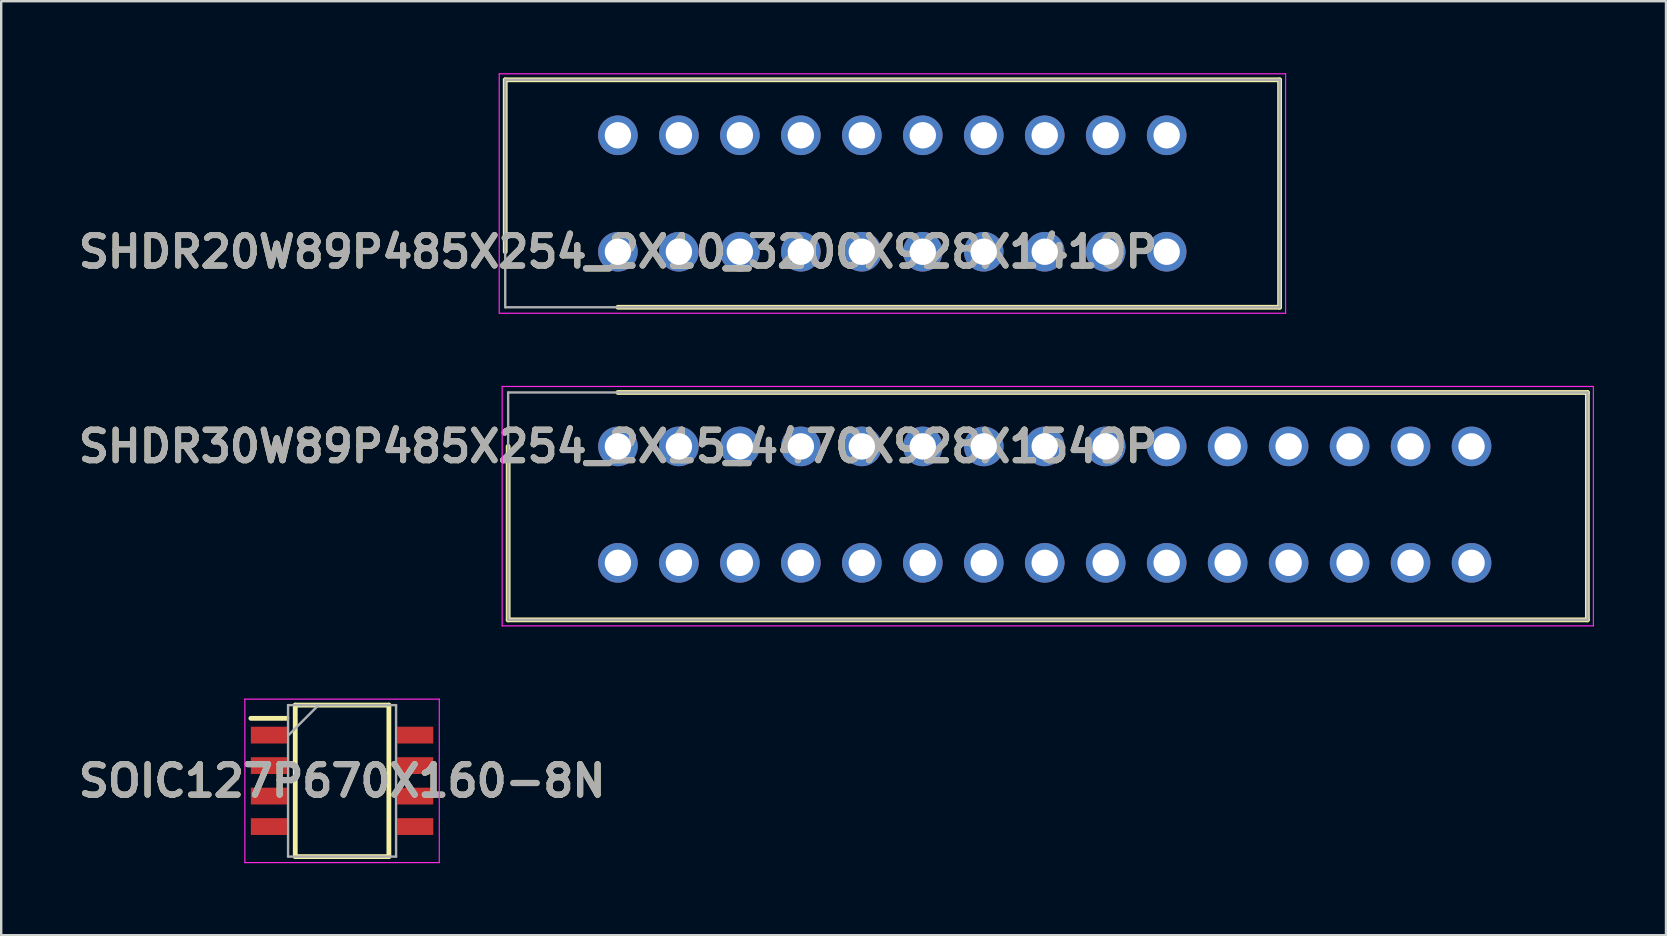
<source format=kicad_pcb>
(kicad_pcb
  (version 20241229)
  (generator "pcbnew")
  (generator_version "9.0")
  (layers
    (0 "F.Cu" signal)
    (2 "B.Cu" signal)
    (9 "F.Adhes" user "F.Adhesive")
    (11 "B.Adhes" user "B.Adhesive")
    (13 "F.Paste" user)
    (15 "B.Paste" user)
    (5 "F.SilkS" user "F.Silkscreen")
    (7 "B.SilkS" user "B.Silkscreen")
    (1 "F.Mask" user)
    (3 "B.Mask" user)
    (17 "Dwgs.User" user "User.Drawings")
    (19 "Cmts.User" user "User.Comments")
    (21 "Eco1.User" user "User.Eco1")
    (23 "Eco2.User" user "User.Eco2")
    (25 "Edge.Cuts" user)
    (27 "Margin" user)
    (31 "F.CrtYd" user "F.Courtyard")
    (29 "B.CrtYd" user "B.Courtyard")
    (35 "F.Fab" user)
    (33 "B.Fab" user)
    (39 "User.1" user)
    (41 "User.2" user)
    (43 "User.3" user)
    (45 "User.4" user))
  (footprint "SHDR30W89P485X254_2X15_4470X928X1549P"
    (layer "F.Cu")
    (at 22.691 15.546)
    (property "Reference" "SHDR30W89P485X254_2X15_4470X928X1549P" (at 0 0 0) (layer "F.SilkS") (effects (font (size 1.27 1.27) (thickness 0.254))))
    (attr through_hole)
    (fp_line (start -4.572 7.227) (end -4.572 0) (stroke (width 0.2) (type solid)) (layer "F.SilkS"))
    (fp_line (start 0 -2.247) (end 40.386 -2.247) (stroke (width 0.2) (type solid)) (layer "F.SilkS"))
    (fp_line (start 40.386 -2.247) (end 40.386 7.227) (stroke (width 0.2) (type solid)) (layer "F.SilkS"))
    (fp_line (start 40.386 7.227) (end -4.572 7.227) (stroke (width 0.2) (type solid)) (layer "F.SilkS"))
    (fp_line (start -4.822 -2.497) (end 40.636 -2.497) (stroke (width 0.05) (type solid)) (layer "F.CrtYd"))
    (fp_line (start -4.822 7.477) (end -4.822 -2.497) (stroke (width 0.05) (type solid)) (layer "F.CrtYd"))
    (fp_line (start 40.636 -2.497) (end 40.636 7.477) (stroke (width 0.05) (type solid)) (layer "F.CrtYd"))
    (fp_line (start 40.636 7.477) (end -4.822 7.477) (stroke (width 0.05) (type solid)) (layer "F.CrtYd"))
    (fp_line (start -4.572 -2.247) (end 40.386 -2.247) (stroke (width 0.1) (type solid)) (layer "F.Fab"))
    (fp_line (start -4.572 7.227) (end -4.572 -2.247) (stroke (width 0.1) (type solid)) (layer "F.Fab"))
    (fp_line (start 40.386 -2.247) (end 40.386 7.227) (stroke (width 0.1) (type solid)) (layer "F.Fab"))
    (fp_line (start 40.386 7.227) (end -4.572 7.227) (stroke (width 0.1) (type solid)) (layer "F.Fab"))
    (fp_text user "${REFERENCE}" (at 0 0 0) (layer "F.Fab") (effects (font (size 1.27 1.27) (thickness 0.254))))
    (pad "1" thru_hole circle (at 0 0) (size 1.65 1.65) (drill 1.1) (layers "*.Cu" "*.Mask"))
    (pad "2" thru_hole circle (at 0 4.851) (size 1.65 1.65) (drill 1.1) (layers "*.Cu" "*.Mask"))
    (pad "3" thru_hole circle (at 2.54 0) (size 1.65 1.65) (drill 1.1) (layers "*.Cu" "*.Mask"))
    (pad "4" thru_hole circle (at 2.54 4.851) (size 1.65 1.65) (drill 1.1) (layers "*.Cu" "*.Mask"))
    (pad "5" thru_hole circle (at 5.08 0) (size 1.65 1.65) (drill 1.1) (layers "*.Cu" "*.Mask"))
    (pad "6" thru_hole circle (at 5.08 4.851) (size 1.65 1.65) (drill 1.1) (layers "*.Cu" "*.Mask"))
    (pad "7" thru_hole circle (at 7.62 0) (size 1.65 1.65) (drill 1.1) (layers "*.Cu" "*.Mask"))
    (pad "8" thru_hole circle (at 7.62 4.851) (size 1.65 1.65) (drill 1.1) (layers "*.Cu" "*.Mask"))
    (pad "9" thru_hole circle (at 10.16 0) (size 1.65 1.65) (drill 1.1) (layers "*.Cu" "*.Mask"))
    (pad "10" thru_hole circle (at 10.16 4.851) (size 1.65 1.65) (drill 1.1) (layers "*.Cu" "*.Mask"))
    (pad "11" thru_hole circle (at 12.7 0) (size 1.65 1.65) (drill 1.1) (layers "*.Cu" "*.Mask"))
    (pad "12" thru_hole circle (at 12.7 4.851) (size 1.65 1.65) (drill 1.1) (layers "*.Cu" "*.Mask"))
    (pad "13" thru_hole circle (at 15.24 0) (size 1.65 1.65) (drill 1.1) (layers "*.Cu" "*.Mask"))
    (pad "14" thru_hole circle (at 15.24 4.851) (size 1.65 1.65) (drill 1.1) (layers "*.Cu" "*.Mask"))
    (pad "15" thru_hole circle (at 17.78 0) (size 1.65 1.65) (drill 1.1) (layers "*.Cu" "*.Mask"))
    (pad "16" thru_hole circle (at 17.78 4.851) (size 1.65 1.65) (drill 1.1) (layers "*.Cu" "*.Mask"))
    (pad "17" thru_hole circle (at 20.32 0) (size 1.65 1.65) (drill 1.1) (layers "*.Cu" "*.Mask"))
    (pad "18" thru_hole circle (at 20.32 4.851) (size 1.65 1.65) (drill 1.1) (layers "*.Cu" "*.Mask"))
    (pad "19" thru_hole circle (at 22.86 0) (size 1.65 1.65) (drill 1.1) (layers "*.Cu" "*.Mask"))
    (pad "20" thru_hole circle (at 22.86 4.851) (size 1.65 1.65) (drill 1.1) (layers "*.Cu" "*.Mask"))
    (pad "21" thru_hole circle (at 25.4 0) (size 1.65 1.65) (drill 1.1) (layers "*.Cu" "*.Mask"))
    (pad "22" thru_hole circle (at 25.4 4.851) (size 1.65 1.65) (drill 1.1) (layers "*.Cu" "*.Mask"))
    (pad "23" thru_hole circle (at 27.94 0) (size 1.65 1.65) (drill 1.1) (layers "*.Cu" "*.Mask"))
    (pad "24" thru_hole circle (at 27.94 4.851) (size 1.65 1.65) (drill 1.1) (layers "*.Cu" "*.Mask"))
    (pad "25" thru_hole circle (at 30.48 0) (size 1.65 1.65) (drill 1.1) (layers "*.Cu" "*.Mask"))
    (pad "26" thru_hole circle (at 30.48 4.851) (size 1.65 1.65) (drill 1.1) (layers "*.Cu" "*.Mask"))
    (pad "27" thru_hole circle (at 33.02 0) (size 1.65 1.65) (drill 1.1) (layers "*.Cu" "*.Mask"))
    (pad "28" thru_hole circle (at 33.02 4.851) (size 1.65 1.65) (drill 1.1) (layers "*.Cu" "*.Mask"))
    (pad "29" thru_hole circle (at 35.56 0) (size 1.65 1.65) (drill 1.1) (layers "*.Cu" "*.Mask"))
    (pad "30" thru_hole circle (at 35.56 4.851) (size 1.65 1.65) (drill 1.1) (layers "*.Cu" "*.Mask")))
  (footprint "SHDR20W89P485X254_2X10_3200X928X1410P"
    (layer "F.Cu")
    (at 22.691 7.437)
    (property "Reference" "SHDR20W89P485X254_2X10_3200X928X1410P" (at 0 0 0) (layer "F.SilkS") (effects (font (size 1.27 1.27) (thickness 0.254))))
    (attr through_hole)
    (fp_line (start -4.694 -7.162) (end -4.694 0) (stroke (width 0.2) (type solid)) (layer "F.SilkS"))
    (fp_line (start 0 2.312) (end 27.564 2.312) (stroke (width 0.2) (type solid)) (layer "F.SilkS"))
    (fp_line (start 27.564 -7.162) (end -4.694 -7.162) (stroke (width 0.2) (type solid)) (layer "F.SilkS"))
    (fp_line (start 27.564 2.312) (end 27.564 -7.162) (stroke (width 0.2) (type solid)) (layer "F.SilkS"))
    (fp_line (start -4.944 -7.412) (end 27.814 -7.412) (stroke (width 0.05) (type solid)) (layer "F.CrtYd"))
    (fp_line (start -4.944 2.562) (end -4.944 -7.412) (stroke (width 0.05) (type solid)) (layer "F.CrtYd"))
    (fp_line (start 27.814 -7.412) (end 27.814 2.562) (stroke (width 0.05) (type solid)) (layer "F.CrtYd"))
    (fp_line (start 27.814 2.562) (end -4.944 2.562) (stroke (width 0.05) (type solid)) (layer "F.CrtYd"))
    (fp_line (start -4.694 -7.162) (end 27.564 -7.162) (stroke (width 0.1) (type solid)) (layer "F.Fab"))
    (fp_line (start -4.694 2.312) (end -4.694 -7.162) (stroke (width 0.1) (type solid)) (layer "F.Fab"))
    (fp_line (start 27.564 -7.162) (end 27.564 2.312) (stroke (width 0.1) (type solid)) (layer "F.Fab"))
    (fp_line (start 27.564 2.312) (end -4.694 2.312) (stroke (width 0.1) (type solid)) (layer "F.Fab"))
    (fp_text user "${REFERENCE}" (at 0 0 0) (layer "F.Fab") (effects (font (size 1.27 1.27) (thickness 0.254))))
    (pad "1" thru_hole circle (at 0 0) (size 1.65 1.65) (drill 1.1) (layers "*.Cu" "*.Mask"))
    (pad "2" thru_hole circle (at 0 -4.851) (size 1.65 1.65) (drill 1.1) (layers "*.Cu" "*.Mask"))
    (pad "3" thru_hole circle (at 2.54 0) (size 1.65 1.65) (drill 1.1) (layers "*.Cu" "*.Mask"))
    (pad "4" thru_hole circle (at 2.54 -4.851) (size 1.65 1.65) (drill 1.1) (layers "*.Cu" "*.Mask"))
    (pad "5" thru_hole circle (at 5.08 0) (size 1.65 1.65) (drill 1.1) (layers "*.Cu" "*.Mask"))
    (pad "6" thru_hole circle (at 5.08 -4.851) (size 1.65 1.65) (drill 1.1) (layers "*.Cu" "*.Mask"))
    (pad "7" thru_hole circle (at 7.62 0) (size 1.65 1.65) (drill 1.1) (layers "*.Cu" "*.Mask"))
    (pad "8" thru_hole circle (at 7.62 -4.851) (size 1.65 1.65) (drill 1.1) (layers "*.Cu" "*.Mask"))
    (pad "9" thru_hole circle (at 10.16 0) (size 1.65 1.65) (drill 1.1) (layers "*.Cu" "*.Mask"))
    (pad "10" thru_hole circle (at 10.16 -4.851) (size 1.65 1.65) (drill 1.1) (layers "*.Cu" "*.Mask"))
    (pad "11" thru_hole circle (at 12.7 0) (size 1.65 1.65) (drill 1.1) (layers "*.Cu" "*.Mask"))
    (pad "12" thru_hole circle (at 12.7 -4.851) (size 1.65 1.65) (drill 1.1) (layers "*.Cu" "*.Mask"))
    (pad "13" thru_hole circle (at 15.24 0) (size 1.65 1.65) (drill 1.1) (layers "*.Cu" "*.Mask"))
    (pad "14" thru_hole circle (at 15.24 -4.851) (size 1.65 1.65) (drill 1.1) (layers "*.Cu" "*.Mask"))
    (pad "15" thru_hole circle (at 17.78 0) (size 1.65 1.65) (drill 1.1) (layers "*.Cu" "*.Mask"))
    (pad "16" thru_hole circle (at 17.78 -4.851) (size 1.65 1.65) (drill 1.1) (layers "*.Cu" "*.Mask"))
    (pad "17" thru_hole circle (at 20.32 0) (size 1.65 1.65) (drill 1.1) (layers "*.Cu" "*.Mask"))
    (pad "18" thru_hole circle (at 20.32 -4.851) (size 1.65 1.65) (drill 1.1) (layers "*.Cu" "*.Mask"))
    (pad "19" thru_hole circle (at 22.86 0) (size 1.65 1.65) (drill 1.1) (layers "*.Cu" "*.Mask"))
    (pad "20" thru_hole circle (at 22.86 -4.851) (size 1.65 1.65) (drill 1.1) (layers "*.Cu" "*.Mask")))
  (footprint "SOIC127P670X160-8N"
    (layer "F.Cu")
    (at 11.2 29.478)
    (property "Reference" "SOIC127P670X160-8N" (at 0 0 0) (layer "F.SilkS") (effects (font (size 1.27 1.27) (thickness 0.254))))
    (attr smd)
    (fp_line (start -3.8 -2.605) (end -2.3 -2.605) (stroke (width 0.2) (type solid)) (layer "F.SilkS"))
    (fp_line (start -1.95 -3.155) (end 1.95 -3.155) (stroke (width 0.2) (type solid)) (layer "F.SilkS"))
    (fp_line (start -1.95 3.155) (end -1.95 -3.155) (stroke (width 0.2) (type solid)) (layer "F.SilkS"))
    (fp_line (start 1.95 -3.155) (end 1.95 3.155) (stroke (width 0.2) (type solid)) (layer "F.SilkS"))
    (fp_line (start 1.95 3.155) (end -1.95 3.155) (stroke (width 0.2) (type solid)) (layer "F.SilkS"))
    (fp_line (start -4.05 -3.405) (end 4.05 -3.405) (stroke (width 0.05) (type solid)) (layer "F.CrtYd"))
    (fp_line (start -4.05 3.405) (end -4.05 -3.405) (stroke (width 0.05) (type solid)) (layer "F.CrtYd"))
    (fp_line (start 4.05 -3.405) (end 4.05 3.405) (stroke (width 0.05) (type solid)) (layer "F.CrtYd"))
    (fp_line (start 4.05 3.405) (end -4.05 3.405) (stroke (width 0.05) (type solid)) (layer "F.CrtYd"))
    (fp_line (start -2.25 -3.155) (end 2.25 -3.155) (stroke (width 0.1) (type solid)) (layer "F.Fab"))
    (fp_line (start -2.25 -1.885) (end -0.98 -3.155) (stroke (width 0.1) (type solid)) (layer "F.Fab"))
    (fp_line (start -2.25 3.155) (end -2.25 -3.155) (stroke (width 0.1) (type solid)) (layer "F.Fab"))
    (fp_line (start 2.25 -3.155) (end 2.25 3.155) (stroke (width 0.1) (type solid)) (layer "F.Fab"))
    (fp_line (start 2.25 3.155) (end -2.25 3.155) (stroke (width 0.1) (type solid)) (layer "F.Fab"))
    (fp_text user "${REFERENCE}" (at 0 0 0) (layer "F.Fab") (effects (font (size 1.27 1.27) (thickness 0.254))))
    (pad "1" smd rect (at -3.05 -1.905 90) (size 0.7 1.5) (layers "F.Cu" "F.Mask" "F.Paste"))
    (pad "2" smd rect (at -3.05 -0.635 90) (size 0.7 1.5) (layers "F.Cu" "F.Mask" "F.Paste"))
    (pad "3" smd rect (at -3.05 0.635 90) (size 0.7 1.5) (layers "F.Cu" "F.Mask" "F.Paste"))
    (pad "4" smd rect (at -3.05 1.905 90) (size 0.7 1.5) (layers "F.Cu" "F.Mask" "F.Paste"))
    (pad "5" smd rect (at 3.05 1.905 90) (size 0.7 1.5) (layers "F.Cu" "F.Mask" "F.Paste"))
    (pad "6" smd rect (at 3.05 0.635 90) (size 0.7 1.5) (layers "F.Cu" "F.Mask" "F.Paste"))
    (pad "7" smd rect (at 3.05 -0.635 90) (size 0.7 1.5) (layers "F.Cu" "F.Mask" "F.Paste"))
    (pad "8" smd rect (at 3.05 -1.905 90) (size 0.7 1.5) (layers "F.Cu" "F.Mask" "F.Paste")))
  (gr_rect
    (start -3 -3)
    (end 66.352 35.908)
    (stroke (width 0.1) (type default))
    (fill no)
    (layer "Edge.Cuts")))
</source>
